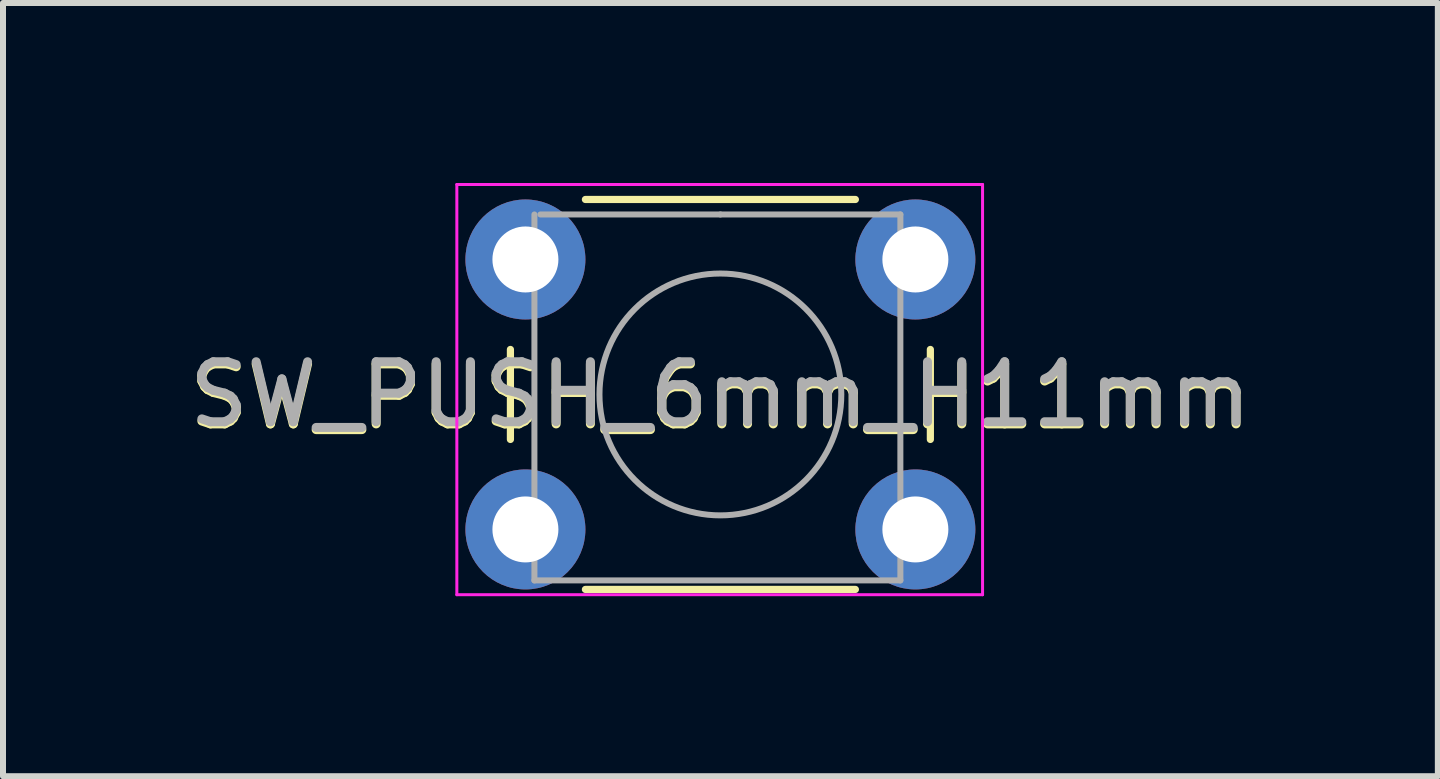
<source format=kicad_pcb>
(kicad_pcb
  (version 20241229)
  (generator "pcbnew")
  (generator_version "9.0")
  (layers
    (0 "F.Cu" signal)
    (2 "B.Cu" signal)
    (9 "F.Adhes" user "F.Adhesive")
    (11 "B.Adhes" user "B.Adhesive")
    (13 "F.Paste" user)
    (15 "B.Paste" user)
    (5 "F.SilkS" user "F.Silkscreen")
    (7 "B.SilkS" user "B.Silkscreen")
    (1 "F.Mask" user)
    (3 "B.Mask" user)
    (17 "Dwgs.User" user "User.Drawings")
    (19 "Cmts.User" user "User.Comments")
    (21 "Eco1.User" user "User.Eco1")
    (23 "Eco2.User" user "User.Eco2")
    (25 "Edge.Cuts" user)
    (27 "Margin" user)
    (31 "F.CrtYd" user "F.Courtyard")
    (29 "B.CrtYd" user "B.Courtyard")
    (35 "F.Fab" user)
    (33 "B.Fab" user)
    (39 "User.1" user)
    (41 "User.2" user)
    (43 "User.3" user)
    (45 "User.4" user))
  (footprint "SW_PUSH_6mm_H11mm"
    (layer "F.Cu")
    (at 8.908 3.575)
    (property "Reference" "SW_PUSH_6mm_H11mm" (at 0.05 -0.014 0) (layer "F.SilkS") (effects (font (size 1 1) (thickness 0.15))))
    (attr through_hole)
    (fp_line (start -3.45 -0.8) (end -3.45 0.7) (stroke (width 0.12) (type solid)) (layer "F.SilkS"))
    (fp_line (start -2.2 3.2) (end 2.3 3.2) (stroke (width 0.12) (type solid)) (layer "F.SilkS"))
    (fp_line (start 2.3 -3.3) (end -2.2 -3.3) (stroke (width 0.12) (type solid)) (layer "F.SilkS"))
    (fp_line (start 3.55 0.7) (end 3.55 -0.8) (stroke (width 0.12) (type solid)) (layer "F.SilkS"))
    (fp_line (start -4.343 -3.55) (end 4.42 -3.55) (stroke (width 0.05) (type solid)) (layer "F.CrtYd"))
    (fp_line (start -4.343 3.288) (end -4.343 -3.55) (stroke (width 0.05) (type solid)) (layer "F.CrtYd"))
    (fp_line (start 4.42 -3.55) (end 4.42 3.288) (stroke (width 0.05) (type solid)) (layer "F.CrtYd"))
    (fp_line (start 4.42 3.288) (end -4.343 3.288) (stroke (width 0.05) (type solid)) (layer "F.CrtYd"))
    (fp_line (start -3.05 3.05) (end -3.05 -3.05) (stroke (width 0.1) (type solid)) (layer "F.Fab"))
    (fp_line (start -2.95 -3.05) (end 0.05 -3.05) (stroke (width 0.1) (type solid)) (layer "F.Fab"))
    (fp_line (start 0.05 -3.05) (end 3.05 -3.05) (stroke (width 0.1) (type solid)) (layer "F.Fab"))
    (fp_line (start 3.05 -3.05) (end 3.05 3.05) (stroke (width 0.1) (type solid)) (layer "F.Fab"))
    (fp_line (start 3.05 3.05) (end -3.05 3.05) (stroke (width 0.1) (type solid)) (layer "F.Fab"))
    (fp_circle (center 0.05 -0.05) (end -1.95 0.2) (stroke (width 0.1) (type solid)) (fill no) (layer "F.Fab"))
    (fp_text user "${REFERENCE}" (at 0.05 -0.05 0) (layer "F.Fab") (effects (font (size 1 1) (thickness 0.15))))
    (pad "1" thru_hole circle (at 3.3 -2.3 90) (size 2 2) (drill 1.1) (layers "*.Cu" "*.Mask"))
    (pad "2" thru_hole circle (at -3.2 2.2 90) (size 2 2) (drill 1.1) (layers "*.Cu" "*.Mask"))
    (pad "3" thru_hole circle (at -3.2 -2.3 90) (size 2 2) (drill 1.1) (layers "*.Cu" "*.Mask"))
    (pad "4" thru_hole circle (at 3.3 2.2 90) (size 2 2) (drill 1.1) (layers "*.Cu" "*.Mask")))
  (gr_rect
    (start -3 -3)
    (end 20.917 9.888)
    (stroke (width 0.1) (type default))
    (fill no)
    (layer "Edge.Cuts")))
</source>
